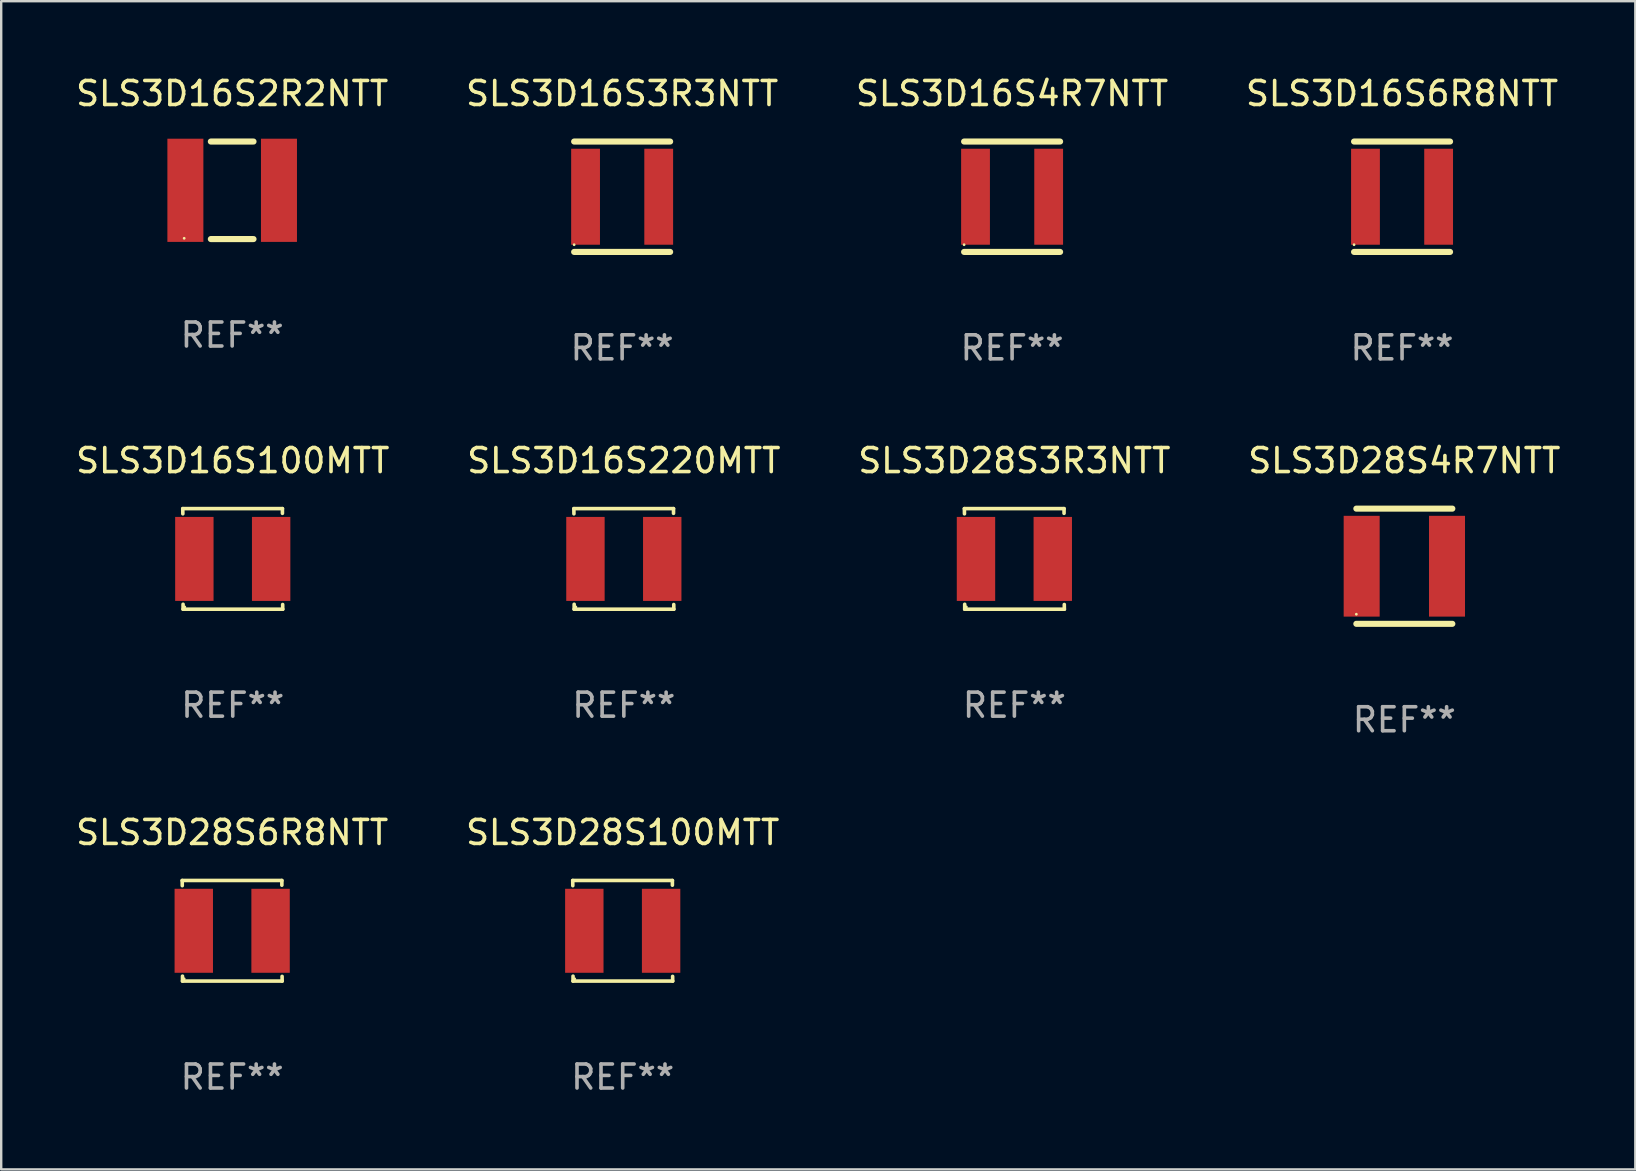
<source format=kicad_pcb>
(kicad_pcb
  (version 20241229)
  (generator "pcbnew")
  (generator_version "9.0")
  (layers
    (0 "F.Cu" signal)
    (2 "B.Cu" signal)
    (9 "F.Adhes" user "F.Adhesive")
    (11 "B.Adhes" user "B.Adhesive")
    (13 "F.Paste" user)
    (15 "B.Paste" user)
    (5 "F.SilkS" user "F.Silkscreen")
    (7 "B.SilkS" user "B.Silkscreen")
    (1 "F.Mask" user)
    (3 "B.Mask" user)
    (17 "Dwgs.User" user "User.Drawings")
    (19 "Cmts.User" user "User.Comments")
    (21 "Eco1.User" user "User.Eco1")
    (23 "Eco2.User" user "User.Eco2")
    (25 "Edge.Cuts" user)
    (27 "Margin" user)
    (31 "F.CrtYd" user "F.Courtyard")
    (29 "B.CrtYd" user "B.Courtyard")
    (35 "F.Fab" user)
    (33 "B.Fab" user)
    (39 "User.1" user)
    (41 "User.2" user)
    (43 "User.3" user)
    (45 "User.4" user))
  (footprint "SLS3D16S6R8NTT"
    (layer "F.Cu")
    (at 55.375 5.148)
    (property "Reference" "SLS3D16S6R8NTT" (at 0 -4.3 0) (layer "F.SilkS") (effects (font (size 1 1) (thickness 0.15))))
    (attr through_hole)
    (fp_line (start -2 -2.3) (end 2 -2.3) (stroke (width 0.254) (type solid)) (layer "F.SilkS"))
    (fp_line (start -2 2.3) (end 2 2.3) (stroke (width 0.254) (type solid)) (layer "F.SilkS"))
    (fp_circle (center -2 2) (end -1.97 2) (stroke (width 0.06) (type solid)) (fill no) (layer "F.SilkS"))
    (fp_text user "REF**" (at 0 6.3 0) (layer "F.Fab") (effects (font (size 1 1) (thickness 0.15))))
    (pad "1" smd rect (at -1.524 0 90) (size 4 1.2) (layers "F.Cu" "F.Mask" "F.Paste"))
    (pad "2" smd rect (at 1.524 0 90) (size 4 1.2) (layers "F.Cu" "F.Mask" "F.Paste")))
  (footprint "SLS3D16S220MTT"
    (layer "F.Cu")
    (at 22.946 20.241)
    (property "Reference" "SLS3D16S220MTT" (at 0 -4.096 0) (layer "F.SilkS") (effects (font (size 1 1) (thickness 0.15))))
    (attr through_hole)
    (fp_line (start -2.083 -2.096) (end -2.08 -1.88) (stroke (width 0.15) (type solid)) (layer "F.SilkS"))
    (fp_line (start -2.07 1.89) (end -2.07 2.096) (stroke (width 0.15) (type solid)) (layer "F.SilkS"))
    (fp_line (start -2.07 2.096) (end 2.083 2.096) (stroke (width 0.15) (type solid)) (layer "F.SilkS"))
    (fp_line (start 2.07 -1.9) (end 2.07 -2.096) (stroke (width 0.15) (type solid)) (layer "F.SilkS"))
    (fp_line (start 2.07 -2.096) (end -2.083 -2.096) (stroke (width 0.15) (type solid)) (layer "F.SilkS"))
    (fp_line (start 2.083 2.096) (end 2.08 1.9) (stroke (width 0.15) (type solid)) (layer "F.SilkS"))
    (fp_circle (center -2 2) (end -1.97 2) (stroke (width 0.06) (type solid)) (fill no) (layer "F.SilkS"))
    (fp_text user "REF**" (at 0 6.096 0) (layer "F.Fab") (effects (font (size 1 1) (thickness 0.15))))
    (pad "1" smd rect (at -1.6 -0.000343) (size 1.6 3.5) (layers "F.Cu" "F.Mask" "F.Paste"))
    (pad "2" smd rect (at 1.6 -0.000343) (size 1.6 3.5) (layers "F.Cu" "F.Mask" "F.Paste")))
  (footprint "SLS3D16S2R2NTT"
    (layer "F.Cu")
    (at 6.625 4.88)
    (property "Reference" "SLS3D16S2R2NTT" (at 0 -4.032 0) (layer "F.SilkS") (effects (font (size 1 1) (thickness 0.15))))
    (attr through_hole)
    (fp_line (start -0.889 -2.032) (end 0.889 -2.032) (stroke (width 0.254) (type solid)) (layer "F.SilkS"))
    (fp_line (start -0.889 2.032) (end 0.889 2.032) (stroke (width 0.254) (type solid)) (layer "F.SilkS"))
    (fp_circle (center -2 2) (end -1.97 2) (stroke (width 0.06) (type solid)) (fill no) (layer "F.SilkS"))
    (fp_text user "REF**" (at 0 6.032 0) (layer "F.Fab") (effects (font (size 1 1) (thickness 0.15))))
    (pad "1" smd rect (at -1.95 0) (size 1.5 4.3) (layers "F.Cu" "F.Mask" "F.Paste"))
    (pad "2" smd rect (at 1.95 0) (size 1.5 4.3) (layers "F.Cu" "F.Mask" "F.Paste")))
  (footprint "SLS3D16S4R7NTT"
    (layer "F.Cu")
    (at 39.125 5.148)
    (property "Reference" "SLS3D16S4R7NTT" (at 0 -4.3 0) (layer "F.SilkS") (effects (font (size 1 1) (thickness 0.15))))
    (attr through_hole)
    (fp_line (start -2 -2.3) (end 2 -2.3) (stroke (width 0.254) (type solid)) (layer "F.SilkS"))
    (fp_line (start -2 2.3) (end 2 2.3) (stroke (width 0.254) (type solid)) (layer "F.SilkS"))
    (fp_circle (center -2 2) (end -1.97 2) (stroke (width 0.06) (type solid)) (fill no) (layer "F.SilkS"))
    (fp_text user "REF**" (at 0 6.3 0) (layer "F.Fab") (effects (font (size 1 1) (thickness 0.15))))
    (pad "1" smd rect (at -1.524 0 90) (size 4 1.2) (layers "F.Cu" "F.Mask" "F.Paste"))
    (pad "2" smd rect (at 1.524 0 90) (size 4 1.2) (layers "F.Cu" "F.Mask" "F.Paste")))
  (footprint "SLS3D28S6R8NTT"
    (layer "F.Cu")
    (at 6.625 35.737)
    (property "Reference" "SLS3D28S6R8NTT" (at 0 -4.096 0) (layer "F.SilkS") (effects (font (size 1 1) (thickness 0.15))))
    (attr through_hole)
    (fp_line (start -2.083 -2.096) (end -2.08 -1.88) (stroke (width 0.15) (type solid)) (layer "F.SilkS"))
    (fp_line (start -2.07 1.89) (end -2.07 2.096) (stroke (width 0.15) (type solid)) (layer "F.SilkS"))
    (fp_line (start -2.07 2.096) (end 2.083 2.096) (stroke (width 0.15) (type solid)) (layer "F.SilkS"))
    (fp_line (start 2.07 -1.9) (end 2.07 -2.096) (stroke (width 0.15) (type solid)) (layer "F.SilkS"))
    (fp_line (start 2.07 -2.096) (end -2.083 -2.096) (stroke (width 0.15) (type solid)) (layer "F.SilkS"))
    (fp_line (start 2.083 2.096) (end 2.08 1.9) (stroke (width 0.15) (type solid)) (layer "F.SilkS"))
    (fp_circle (center -2 2) (end -1.97 2) (stroke (width 0.06) (type solid)) (fill no) (layer "F.SilkS"))
    (fp_text user "REF**" (at 0 6.096 0) (layer "F.Fab") (effects (font (size 1 1) (thickness 0.15))))
    (pad "1" smd rect (at -1.6 -0.000343) (size 1.6 3.5) (layers "F.Cu" "F.Mask" "F.Paste"))
    (pad "2" smd rect (at 1.6 -0.000343) (size 1.6 3.5) (layers "F.Cu" "F.Mask" "F.Paste")))
  (footprint "SLS3D28S4R7NTT"
    (layer "F.Cu")
    (at 55.47 20.545)
    (property "Reference" "SLS3D28S4R7NTT" (at 0 -4.4 0) (layer "F.SilkS") (effects (font (size 1 1) (thickness 0.15))))
    (attr through_hole)
    (fp_line (start -2 -2.4) (end 2 -2.4) (stroke (width 0.254) (type solid)) (layer "F.SilkS"))
    (fp_line (start -2 2.4) (end 2 2.4) (stroke (width 0.254) (type solid)) (layer "F.SilkS"))
    (fp_circle (center -2 2) (end -1.97 2) (stroke (width 0.06) (type solid)) (fill no) (layer "F.SilkS"))
    (fp_text user "REF**" (at 0 6.4 0) (layer "F.Fab") (effects (font (size 1 1) (thickness 0.15))))
    (pad "1" smd rect (at -1.778 0 90) (size 4.2 1.5) (layers "F.Cu" "F.Mask" "F.Paste"))
    (pad "2" smd rect (at 1.778 0 90) (size 4.2 1.5) (layers "F.Cu" "F.Mask" "F.Paste")))
  (footprint "SLS3D28S100MTT"
    (layer "F.Cu")
    (at 22.899 35.737)
    (property "Reference" "SLS3D28S100MTT" (at 0 -4.096 0) (layer "F.SilkS") (effects (font (size 1 1) (thickness 0.15))))
    (attr through_hole)
    (fp_line (start -2.083 -2.096) (end -2.08 -1.88) (stroke (width 0.15) (type solid)) (layer "F.SilkS"))
    (fp_line (start -2.07 1.89) (end -2.07 2.096) (stroke (width 0.15) (type solid)) (layer "F.SilkS"))
    (fp_line (start -2.07 2.096) (end 2.083 2.096) (stroke (width 0.15) (type solid)) (layer "F.SilkS"))
    (fp_line (start 2.07 -1.9) (end 2.07 -2.096) (stroke (width 0.15) (type solid)) (layer "F.SilkS"))
    (fp_line (start 2.07 -2.096) (end -2.083 -2.096) (stroke (width 0.15) (type solid)) (layer "F.SilkS"))
    (fp_line (start 2.083 2.096) (end 2.08 1.9) (stroke (width 0.15) (type solid)) (layer "F.SilkS"))
    (fp_circle (center -2 2) (end -1.97 2) (stroke (width 0.06) (type solid)) (fill no) (layer "F.SilkS"))
    (fp_text user "REF**" (at 0 6.096 0) (layer "F.Fab") (effects (font (size 1 1) (thickness 0.15))))
    (pad "1" smd rect (at -1.6 -0.000343) (size 1.6 3.5) (layers "F.Cu" "F.Mask" "F.Paste"))
    (pad "2" smd rect (at 1.6 -0.000343) (size 1.6 3.5) (layers "F.Cu" "F.Mask" "F.Paste")))
  (footprint "SLS3D16S3R3NTT"
    (layer "F.Cu")
    (at 22.875 5.148)
    (property "Reference" "SLS3D16S3R3NTT" (at 0 -4.3 0) (layer "F.SilkS") (effects (font (size 1 1) (thickness 0.15))))
    (attr through_hole)
    (fp_line (start -2 -2.3) (end 2 -2.3) (stroke (width 0.254) (type solid)) (layer "F.SilkS"))
    (fp_line (start -2 2.3) (end 2 2.3) (stroke (width 0.254) (type solid)) (layer "F.SilkS"))
    (fp_circle (center -2 2) (end -1.97 2) (stroke (width 0.06) (type solid)) (fill no) (layer "F.SilkS"))
    (fp_text user "REF**" (at 0 6.3 0) (layer "F.Fab") (effects (font (size 1 1) (thickness 0.15))))
    (pad "1" smd rect (at -1.524 0 90) (size 4 1.2) (layers "F.Cu" "F.Mask" "F.Paste"))
    (pad "2" smd rect (at 1.524 0 90) (size 4 1.2) (layers "F.Cu" "F.Mask" "F.Paste")))
  (footprint "SLS3D16S100MTT"
    (layer "F.Cu")
    (at 6.649 20.241)
    (property "Reference" "SLS3D16S100MTT" (at 0 -4.096 0) (layer "F.SilkS") (effects (font (size 1 1) (thickness 0.15))))
    (attr through_hole)
    (fp_line (start -2.083 -2.096) (end -2.08 -1.88) (stroke (width 0.15) (type solid)) (layer "F.SilkS"))
    (fp_line (start -2.07 1.89) (end -2.07 2.096) (stroke (width 0.15) (type solid)) (layer "F.SilkS"))
    (fp_line (start -2.07 2.096) (end 2.083 2.096) (stroke (width 0.15) (type solid)) (layer "F.SilkS"))
    (fp_line (start 2.07 -1.9) (end 2.07 -2.096) (stroke (width 0.15) (type solid)) (layer "F.SilkS"))
    (fp_line (start 2.07 -2.096) (end -2.083 -2.096) (stroke (width 0.15) (type solid)) (layer "F.SilkS"))
    (fp_line (start 2.083 2.096) (end 2.08 1.9) (stroke (width 0.15) (type solid)) (layer "F.SilkS"))
    (fp_circle (center -2 2) (end -1.97 2) (stroke (width 0.06) (type solid)) (fill no) (layer "F.SilkS"))
    (fp_text user "REF**" (at 0 6.096 0) (layer "F.Fab") (effects (font (size 1 1) (thickness 0.15))))
    (pad "1" smd rect (at -1.6 -0.000343) (size 1.6 3.5) (layers "F.Cu" "F.Mask" "F.Paste"))
    (pad "2" smd rect (at 1.6 -0.000343) (size 1.6 3.5) (layers "F.Cu" "F.Mask" "F.Paste")))
  (footprint "SLS3D28S3R3NTT"
    (layer "F.Cu")
    (at 39.22 20.241)
    (property "Reference" "SLS3D28S3R3NTT" (at 0 -4.096 0) (layer "F.SilkS") (effects (font (size 1 1) (thickness 0.15))))
    (attr through_hole)
    (fp_line (start -2.083 -2.096) (end -2.08 -1.88) (stroke (width 0.15) (type solid)) (layer "F.SilkS"))
    (fp_line (start -2.07 1.89) (end -2.07 2.096) (stroke (width 0.15) (type solid)) (layer "F.SilkS"))
    (fp_line (start -2.07 2.096) (end 2.083 2.096) (stroke (width 0.15) (type solid)) (layer "F.SilkS"))
    (fp_line (start 2.07 -1.9) (end 2.07 -2.096) (stroke (width 0.15) (type solid)) (layer "F.SilkS"))
    (fp_line (start 2.07 -2.096) (end -2.083 -2.096) (stroke (width 0.15) (type solid)) (layer "F.SilkS"))
    (fp_line (start 2.083 2.096) (end 2.08 1.9) (stroke (width 0.15) (type solid)) (layer "F.SilkS"))
    (fp_circle (center -2 2) (end -1.97 2) (stroke (width 0.06) (type solid)) (fill no) (layer "F.SilkS"))
    (fp_text user "REF**" (at 0 6.096 0) (layer "F.Fab") (effects (font (size 1 1) (thickness 0.15))))
    (pad "1" smd rect (at -1.6 -0.000343) (size 1.6 3.5) (layers "F.Cu" "F.Mask" "F.Paste"))
    (pad "2" smd rect (at 1.6 -0.000343) (size 1.6 3.5) (layers "F.Cu" "F.Mask" "F.Paste")))
  (gr_rect
    (start -3 -3)
    (end 65.095 45.681)
    (stroke (width 0.1) (type default))
    (fill no)
    (layer "Edge.Cuts")))
</source>
